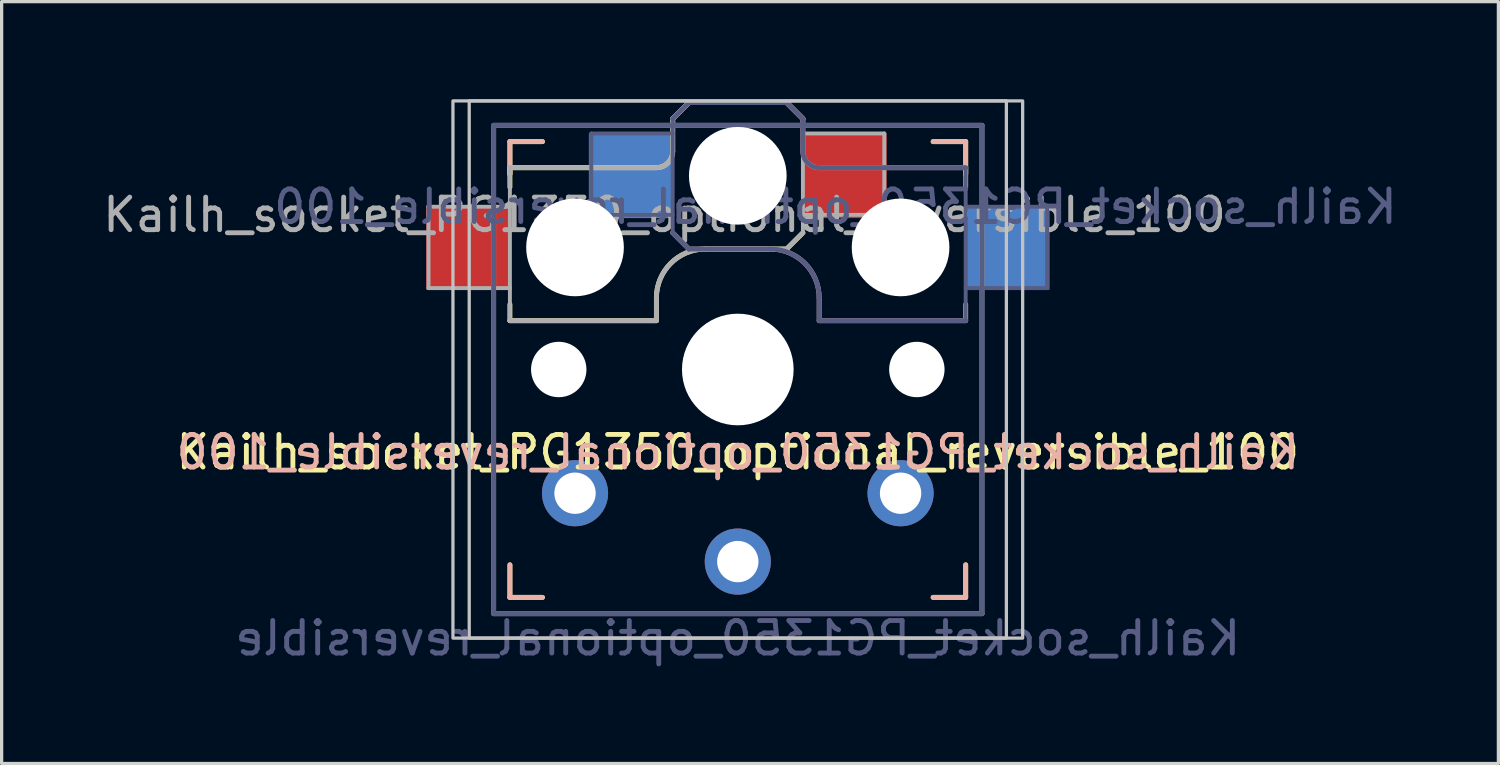
<source format=kicad_pcb>
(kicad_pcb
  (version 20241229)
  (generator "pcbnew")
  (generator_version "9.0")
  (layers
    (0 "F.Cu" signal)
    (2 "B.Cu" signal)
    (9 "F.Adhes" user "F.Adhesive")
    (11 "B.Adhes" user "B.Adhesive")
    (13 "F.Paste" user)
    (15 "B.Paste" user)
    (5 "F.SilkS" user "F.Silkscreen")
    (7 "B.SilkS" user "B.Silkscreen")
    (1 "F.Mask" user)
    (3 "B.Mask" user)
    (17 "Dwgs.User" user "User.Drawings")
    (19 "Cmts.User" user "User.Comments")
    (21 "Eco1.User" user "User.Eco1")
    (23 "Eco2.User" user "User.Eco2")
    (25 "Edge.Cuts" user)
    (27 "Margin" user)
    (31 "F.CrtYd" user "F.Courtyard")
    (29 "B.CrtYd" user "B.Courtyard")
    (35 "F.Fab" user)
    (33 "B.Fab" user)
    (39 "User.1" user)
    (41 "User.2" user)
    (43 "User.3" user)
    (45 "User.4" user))
  (footprint "Kailh_socket_PG1350_optional_reversible_100"
    (layer "F.Cu")
    (at 19.613 8.3)
    (property "Reference" "Kailh_socket_PG1350_optional_reversible_100" (at 0 2.54 0) (layer "F.SilkS") (effects (font (size 1 1) (thickness 0.15))))
    (property "Value" "Kailh_socket_PG1350_optional_reversible" (at 0 8.255 0) (layer "F.Fab") (hide yes) (effects (font (size 1 1) (thickness 0.15))))
    (attr through_hole)
    (fp_line (start -7 -7) (end -6 -7) (stroke (width 0.15) (type solid)) (layer "F.SilkS"))
    (fp_line (start -7 -6.2) (end -2.5 -6.2) (stroke (width 0.15) (type solid)) (layer "F.SilkS"))
    (fp_line (start -7 -6) (end -7 -7) (stroke (width 0.15) (type solid)) (layer "F.SilkS"))
    (fp_line (start -7 -5.6) (end -7 -6.2) (stroke (width 0.15) (type solid)) (layer "F.SilkS"))
    (fp_line (start -7 -1.5) (end -7 -2) (stroke (width 0.15) (type solid)) (layer "F.SilkS"))
    (fp_line (start -7 7) (end -7 6) (stroke (width 0.15) (type solid)) (layer "F.SilkS"))
    (fp_line (start -6 7) (end -7 7) (stroke (width 0.15) (type solid)) (layer "F.SilkS"))
    (fp_line (start -2.5 -2.2) (end -2.5 -1.5) (stroke (width 0.15) (type solid)) (layer "F.SilkS"))
    (fp_line (start -2.5 -1.5) (end -7 -1.5) (stroke (width 0.15) (type solid)) (layer "F.SilkS"))
    (fp_line (start -2 -6.7) (end -2 -7.7) (stroke (width 0.15) (type solid)) (layer "F.SilkS"))
    (fp_line (start -1.5 -8.2) (end -2 -7.7) (stroke (width 0.15) (type solid)) (layer "F.SilkS"))
    (fp_line (start 1.5 -8.2) (end -1.5 -8.2) (stroke (width 0.15) (type solid)) (layer "F.SilkS"))
    (fp_line (start 1.5 -3.7) (end -1 -3.7) (stroke (width 0.15) (type solid)) (layer "F.SilkS"))
    (fp_line (start 2 -7.7) (end 1.5 -8.2) (stroke (width 0.15) (type solid)) (layer "F.SilkS"))
    (fp_line (start 2 -4.2) (end 1.5 -3.7) (stroke (width 0.15) (type solid)) (layer "F.SilkS"))
    (fp_line (start 6 -7) (end 7 -7) (stroke (width 0.15) (type solid)) (layer "F.SilkS"))
    (fp_line (start 7 -7) (end 7 -6) (stroke (width 0.15) (type solid)) (layer "F.SilkS"))
    (fp_line (start 7 6) (end 7 7) (stroke (width 0.15) (type solid)) (layer "F.SilkS"))
    (fp_line (start 7 7) (end 6 7) (stroke (width 0.15) (type solid)) (layer "F.SilkS"))
    (fp_arc (start -2.5 -2.2) (mid -2.06066 -3.26066) (end -1 -3.7) (stroke (width 0.15) (type solid)) (layer "F.SilkS"))
    (fp_arc (start -2 -6.7) (mid -2.146447 -6.346447) (end -2.5 -6.2) (stroke (width 0.15) (type solid)) (layer "F.SilkS"))
    (fp_line (start -7 -7) (end -6 -7) (stroke (width 0.15) (type solid)) (layer "B.SilkS"))
    (fp_line (start -7 -6) (end -7 -7) (stroke (width 0.15) (type solid)) (layer "B.SilkS"))
    (fp_line (start -7 7) (end -7 6) (stroke (width 0.15) (type solid)) (layer "B.SilkS"))
    (fp_line (start -6 7) (end -7 7) (stroke (width 0.15) (type solid)) (layer "B.SilkS"))
    (fp_line (start -2 -7.7) (end -1.5 -8.2) (stroke (width 0.15) (type solid)) (layer "B.SilkS"))
    (fp_line (start -2 -4.2) (end -1.5 -3.7) (stroke (width 0.15) (type solid)) (layer "B.SilkS"))
    (fp_line (start -1.5 -8.2) (end 1.5 -8.2) (stroke (width 0.15) (type solid)) (layer "B.SilkS"))
    (fp_line (start -1.5 -3.7) (end 1 -3.7) (stroke (width 0.15) (type solid)) (layer "B.SilkS"))
    (fp_line (start 1.5 -8.2) (end 2 -7.7) (stroke (width 0.15) (type solid)) (layer "B.SilkS"))
    (fp_line (start 2 -6.7) (end 2 -7.7) (stroke (width 0.15) (type solid)) (layer "B.SilkS"))
    (fp_line (start 2.5 -2.2) (end 2.5 -1.5) (stroke (width 0.15) (type solid)) (layer "B.SilkS"))
    (fp_line (start 2.5 -1.5) (end 7 -1.5) (stroke (width 0.15) (type solid)) (layer "B.SilkS"))
    (fp_line (start 6 -7) (end 7 -7) (stroke (width 0.15) (type solid)) (layer "B.SilkS"))
    (fp_line (start 7 -7) (end 7 -6) (stroke (width 0.15) (type solid)) (layer "B.SilkS"))
    (fp_line (start 7 -6.2) (end 2.5 -6.2) (stroke (width 0.15) (type solid)) (layer "B.SilkS"))
    (fp_line (start 7 -5.6) (end 7 -6.2) (stroke (width 0.15) (type solid)) (layer "B.SilkS"))
    (fp_line (start 7 -1.5) (end 7 -2) (stroke (width 0.15) (type solid)) (layer "B.SilkS"))
    (fp_line (start 7 6) (end 7 7) (stroke (width 0.15) (type solid)) (layer "B.SilkS"))
    (fp_line (start 7 7) (end 6 7) (stroke (width 0.15) (type solid)) (layer "B.SilkS"))
    (fp_arc (start 1 -3.7) (mid 2.06066 -3.26066) (end 2.5 -2.2) (stroke (width 0.15) (type solid)) (layer "B.SilkS"))
    (fp_arc (start 2.5 -6.2) (mid 2.146447 -6.346447) (end 2 -6.7) (stroke (width 0.15) (type solid)) (layer "B.SilkS"))
    (fp_rect (start -8.75 -8.25) (end 8.75 8.25) (stroke (width 0.1) (type solid)) (fill no) (layer "Dwgs.User"))
    (fp_rect (start -8.25 -8.25) (end 8.25 8.25) (stroke (width 0.1) (type solid)) (fill no) (layer "Dwgs.User"))
    (fp_line (start -6.9 6.9) (end -6.9 -6.9) (stroke (width 0.15) (type solid)) (layer "Eco2.User"))
    (fp_line (start -6.9 6.9) (end 6.9 6.9) (stroke (width 0.15) (type solid)) (layer "Eco2.User"))
    (fp_line (start -2.6 -3.1) (end -2.6 -6.3) (stroke (width 0.15) (type solid)) (layer "Eco2.User"))
    (fp_line (start -2.6 -3.1) (end 2.6 -3.1) (stroke (width 0.15) (type solid)) (layer "Eco2.User"))
    (fp_line (start 2.6 -6.3) (end -2.6 -6.3) (stroke (width 0.15) (type solid)) (layer "Eco2.User"))
    (fp_line (start 2.6 -3.1) (end 2.6 -6.3) (stroke (width 0.15) (type solid)) (layer "Eco2.User"))
    (fp_line (start 6.9 -6.9) (end -6.9 -6.9) (stroke (width 0.15) (type solid)) (layer "Eco2.User"))
    (fp_line (start 6.9 -6.9) (end 6.9 6.9) (stroke (width 0.15) (type solid)) (layer "Eco2.User"))
    (fp_line (start -7.5 -7.5) (end 7.5 -7.5) (stroke (width 0.15) (type solid)) (layer "B.Fab"))
    (fp_line (start -7.5 7.5) (end -7.5 -7.5) (stroke (width 0.15) (type solid)) (layer "B.Fab"))
    (fp_line (start -4.5 -7.25) (end -2 -7.25) (stroke (width 0.12) (type solid)) (layer "B.Fab"))
    (fp_line (start -4.5 -4.75) (end -4.5 -7.25) (stroke (width 0.12) (type solid)) (layer "B.Fab"))
    (fp_line (start -2 -7.7) (end -1.5 -8.2) (stroke (width 0.15) (type solid)) (layer "B.Fab"))
    (fp_line (start -2 -4.75) (end -4.5 -4.75) (stroke (width 0.12) (type solid)) (layer "B.Fab"))
    (fp_line (start -2 -4.25) (end -2 -7.7) (stroke (width 0.12) (type solid)) (layer "B.Fab"))
    (fp_line (start -2 -4.2) (end -1.5 -3.7) (stroke (width 0.15) (type solid)) (layer "B.Fab"))
    (fp_line (start -1.5 -8.2) (end 1.5 -8.2) (stroke (width 0.15) (type solid)) (layer "B.Fab"))
    (fp_line (start -1.5 -3.7) (end 1 -3.7) (stroke (width 0.15) (type solid)) (layer "B.Fab"))
    (fp_line (start 1.5 -8.2) (end 2 -7.7) (stroke (width 0.15) (type solid)) (layer "B.Fab"))
    (fp_line (start 2 -6.7) (end 2 -7.7) (stroke (width 0.15) (type solid)) (layer "B.Fab"))
    (fp_line (start 2.5 -2.2) (end 2.5 -1.5) (stroke (width 0.15) (type solid)) (layer "B.Fab"))
    (fp_line (start 2.5 -1.5) (end 7 -1.5) (stroke (width 0.15) (type solid)) (layer "B.Fab"))
    (fp_line (start 7 -6.2) (end 2.5 -6.2) (stroke (width 0.15) (type solid)) (layer "B.Fab"))
    (fp_line (start 7 -5) (end 9.5 -5) (stroke (width 0.12) (type solid)) (layer "B.Fab"))
    (fp_line (start 7 -1.5) (end 7 -6.2) (stroke (width 0.12) (type solid)) (layer "B.Fab"))
    (fp_line (start 7.5 -7.5) (end 7.5 7.5) (stroke (width 0.15) (type solid)) (layer "B.Fab"))
    (fp_line (start 7.5 7.5) (end -7.5 7.5) (stroke (width 0.15) (type solid)) (layer "B.Fab"))
    (fp_line (start 9.5 -5) (end 9.5 -2.5) (stroke (width 0.12) (type solid)) (layer "B.Fab"))
    (fp_line (start 9.5 -2.5) (end 7 -2.5) (stroke (width 0.12) (type solid)) (layer "B.Fab"))
    (fp_arc (start 1 -3.7) (mid 2.06066 -3.26066) (end 2.5 -2.2) (stroke (width 0.15) (type solid)) (layer "B.Fab"))
    (fp_arc (start 2.5 -6.2) (mid 2.146447 -6.346447) (end 2 -6.7) (stroke (width 0.15) (type solid)) (layer "B.Fab"))
    (fp_line (start -9.5 -5) (end -9.5 -2.5) (stroke (width 0.12) (type solid)) (layer "F.Fab"))
    (fp_line (start -9.5 -2.5) (end -7 -2.5) (stroke (width 0.12) (type solid)) (layer "F.Fab"))
    (fp_line (start -7.5 -7.5) (end 7.5 -7.5) (stroke (width 0.15) (type solid)) (layer "F.Fab"))
    (fp_line (start -7.5 7.5) (end -7.5 -7.5) (stroke (width 0.15) (type solid)) (layer "F.Fab"))
    (fp_line (start -7 -6.2) (end -2.5 -6.2) (stroke (width 0.15) (type solid)) (layer "F.Fab"))
    (fp_line (start -7 -5) (end -9.5 -5) (stroke (width 0.12) (type solid)) (layer "F.Fab"))
    (fp_line (start -7 -1.5) (end -7 -6.2) (stroke (width 0.12) (type solid)) (layer "F.Fab"))
    (fp_line (start -2.5 -2.2) (end -2.5 -1.5) (stroke (width 0.15) (type solid)) (layer "F.Fab"))
    (fp_line (start -2.5 -1.5) (end -7 -1.5) (stroke (width 0.15) (type solid)) (layer "F.Fab"))
    (fp_line (start -2 -6.7) (end -2 -7.7) (stroke (width 0.15) (type solid)) (layer "F.Fab"))
    (fp_line (start -1.5 -8.2) (end -2 -7.7) (stroke (width 0.15) (type solid)) (layer "F.Fab"))
    (fp_line (start 1.5 -8.2) (end -1.5 -8.2) (stroke (width 0.15) (type solid)) (layer "F.Fab"))
    (fp_line (start 1.5 -3.7) (end -1 -3.7) (stroke (width 0.15) (type solid)) (layer "F.Fab"))
    (fp_line (start 2 -7.7) (end 1.5 -8.2) (stroke (width 0.15) (type solid)) (layer "F.Fab"))
    (fp_line (start 2 -4.75) (end 4.5 -4.75) (stroke (width 0.12) (type solid)) (layer "F.Fab"))
    (fp_line (start 2 -4.25) (end 2 -7.7) (stroke (width 0.12) (type solid)) (layer "F.Fab"))
    (fp_line (start 2 -4.2) (end 1.5 -3.7) (stroke (width 0.15) (type solid)) (layer "F.Fab"))
    (fp_line (start 4.5 -7.25) (end 2 -7.25) (stroke (width 0.12) (type solid)) (layer "F.Fab"))
    (fp_line (start 4.5 -4.75) (end 4.5 -7.25) (stroke (width 0.12) (type solid)) (layer "F.Fab"))
    (fp_line (start 7.5 -7.5) (end 7.5 7.5) (stroke (width 0.15) (type solid)) (layer "F.Fab"))
    (fp_line (start 7.5 7.5) (end -7.5 7.5) (stroke (width 0.15) (type solid)) (layer "F.Fab"))
    (fp_arc (start -2.5 -2.2) (mid -2.06066 -3.26066) (end -1 -3.7) (stroke (width 0.15) (type solid)) (layer "F.Fab"))
    (fp_arc (start -2 -6.7) (mid -2.146447 -6.346447) (end -2.5 -6.2) (stroke (width 0.15) (type solid)) (layer "F.Fab"))
    (fp_text user "${REFERENCE}" (at 0 2.54 0) (layer "B.SilkS") (effects (font (size 1 1) (thickness 0.15)) (justify mirror)))
    (fp_text user "${REFERENCE}" (at 3 -5 180) (layer "B.Fab") (effects (font (size 1 1) (thickness 0.15)) (justify mirror)))
    (fp_text user "${VALUE}" (at 0 8.255 0) (layer "B.Fab") (effects (font (size 1 1) (thickness 0.15)) (justify mirror)))
    (fp_text user "${REFERENCE}" (at -2.25 -4.75 0) (layer "F.Fab") (effects (font (size 1 1) (thickness 0.15))))
    (pad "" np_thru_hole circle (at -5.5 0) (size 1.702 1.702) (drill 1.702) (layers "*.Cu" "*.Mask"))
    (pad "" np_thru_hole circle (at -5 -3.75) (size 3 3) (drill 3) (layers "*.Cu" "*.Mask"))
    (pad "" np_thru_hole circle (at 0 -5.95) (size 3 3) (drill 3) (layers "*.Cu" "*.Mask"))
    (pad "" np_thru_hole circle (at 0 0) (size 3.429 3.429) (drill 3.429) (layers "*.Cu" "*.Mask"))
    (pad "" np_thru_hole circle (at 5 -3.75) (size 3 3) (drill 3) (layers "*.Cu" "*.Mask"))
    (pad "" np_thru_hole circle (at 5.5 0) (size 1.702 1.702) (drill 1.702) (layers "*.Cu" "*.Mask"))
    (pad "1" smd rect (at -3.275 -5.95) (size 2.6 2.6) (layers "B.Cu" "B.Mask" "B.Paste"))
    (pad "1" thru_hole circle (at 0 5.9) (size 2.032 2.032) (drill 1.27) (layers "*.Cu" "*.Mask"))
    (pad "1" smd rect (at 3.275 -5.95) (size 2.6 2.6) (layers "F.Cu" "F.Mask" "F.Paste"))
    (pad "2" smd rect (at -8.275 -3.75) (size 2.6 2.6) (layers "F.Cu" "F.Mask" "F.Paste"))
    (pad "2" thru_hole circle (at -5 3.8) (size 2.032 2.032) (drill 1.27) (layers "*.Cu" "*.Mask"))
    (pad "2" thru_hole circle (at 5 3.8) (size 2.032 2.032) (drill 1.27) (layers "*.Cu" "*.Mask"))
    (pad "2" smd rect (at 8.275 -3.75) (size 2.6 2.6) (layers "B.Cu" "B.Mask" "B.Paste")))
  (gr_rect
    (start -3 -3)
    (end 42.976 20.403)
    (stroke (width 0.1) (type default))
    (fill no)
    (layer "Edge.Cuts")))
</source>
